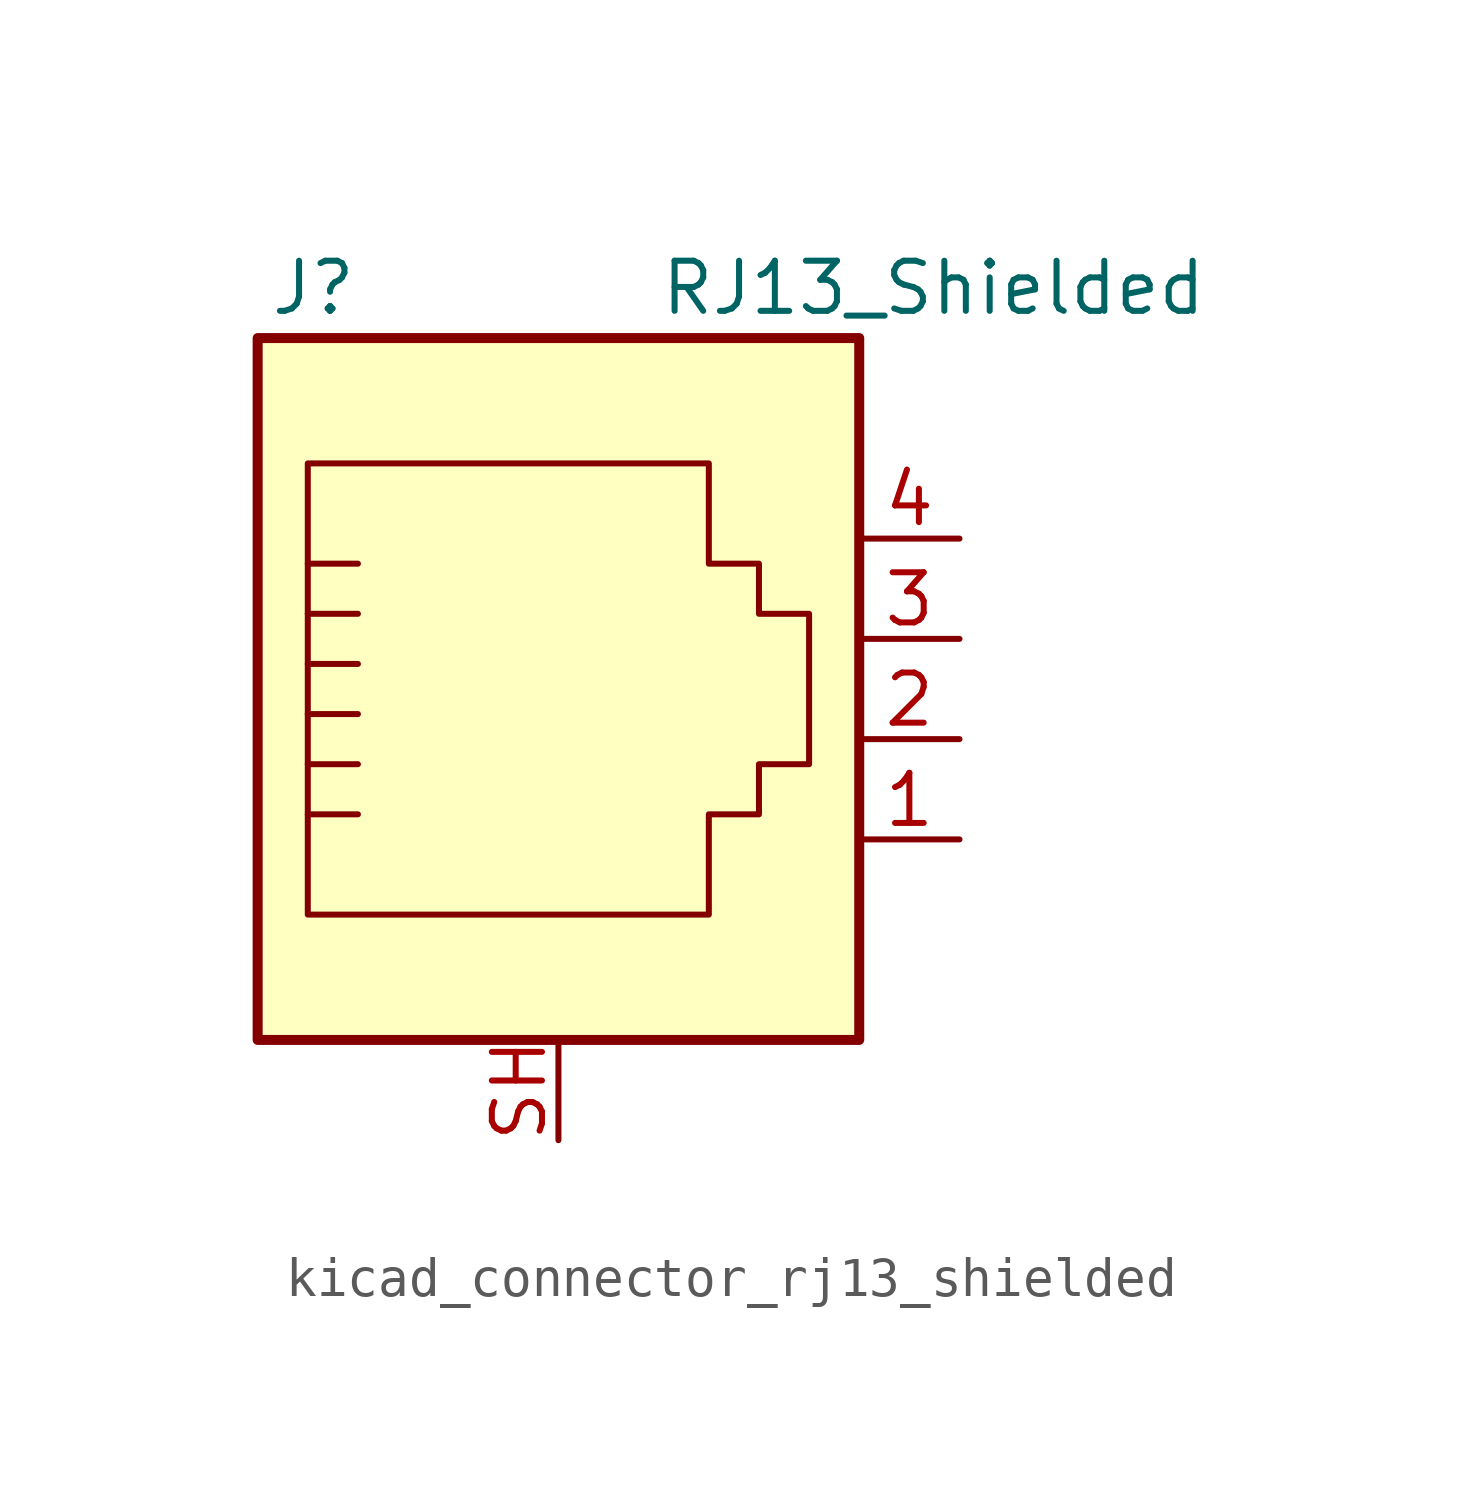
<source format=kicad_sym>
(kicad_symbol_lib
  (version 20220914)
  (generator kicad_symbol_editor)
  (symbol "kicad_connector_rj13_shielded"
    (pin_names
      (offset 1.016))
    (property "Reference" "J"
      (at -5.08 11.43 0)
      (effects (font (size 1.27 1.27)) (justify right)))
    (property "Value" "RJ13_Shielded"
      (at 2.54 11.43 0)
      (effects (font (size 1.27 1.27)) (justify left)))
    (symbol "kicad_connector_rj13_shielded_0_1"
      (polyline (pts (xy -6.35 -1.905) (xy -5.08 -1.905) (xy -5.08 -1.905)) (stroke (width 0) (type default)) (fill (type none)))
      (polyline (pts (xy -6.35 -0.635) (xy -5.08 -0.635) (xy -5.08 -0.635)) (stroke (width 0) (type default)) (fill (type none)))
      (polyline (pts (xy -6.35 0.635) (xy -5.08 0.635) (xy -5.08 0.635)) (stroke (width 0) (type default)) (fill (type none)))
      (polyline (pts (xy -6.35 1.905) (xy -5.08 1.905) (xy -5.08 1.905)) (stroke (width 0) (type default)) (fill (type none)))
      (polyline (pts (xy -6.35 3.175) (xy -5.08 3.175) (xy -5.08 3.175)) (stroke (width 0) (type default)) (fill (type none)))
      (polyline (pts (xy -5.08 4.445) (xy -6.35 4.445) (xy -6.35 4.445)) (stroke (width 0) (type default)) (fill (type none)))
      (polyline (pts (xy -6.35 -4.445) (xy -6.35 6.985) (xy 3.81 6.985) (xy 3.81 4.445) (xy 5.08 4.445) (xy 5.08 3.175) (xy 6.35 3.175) (xy 6.35 -0.635) (xy 5.08 -0.635) (xy 5.08 -1.905) (xy 3.81 -1.905) (xy 3.81 -4.445) (xy -6.35 -4.445) (xy -6.35 -4.445)) (stroke (width 0) (type default)) (fill (type none)))
      (rectangle (start 7.62 10.16) (end -7.62 -7.62) (stroke (width 0.254) (type default)) (fill (type background))))
    (symbol "kicad_connector_rj13_shielded_1_1"
      (pin passive line (at 10.16 -2.54 180) (length 2.54) (name "~" (effects (font (size 1.27 1.27)))) (number "1" (effects (font (size 1.27 1.27)))))
      (pin passive line (at 10.16 0 180) (length 2.54) (name "~" (effects (font (size 1.27 1.27)))) (number "2" (effects (font (size 1.27 1.27)))))
      (pin passive line (at 10.16 2.54 180) (length 2.54) (name "~" (effects (font (size 1.27 1.27)))) (number "3" (effects (font (size 1.27 1.27)))))
      (pin passive line (at 10.16 5.08 180) (length 2.54) (name "~" (effects (font (size 1.27 1.27)))) (number "4" (effects (font (size 1.27 1.27)))))
      (pin passive line (at 0 -10.16 90) (length 2.54) (name "~" (effects (font (size 1.27 1.27)))) (number "SH" (effects (font (size 1.27 1.27))))))))
</source>
